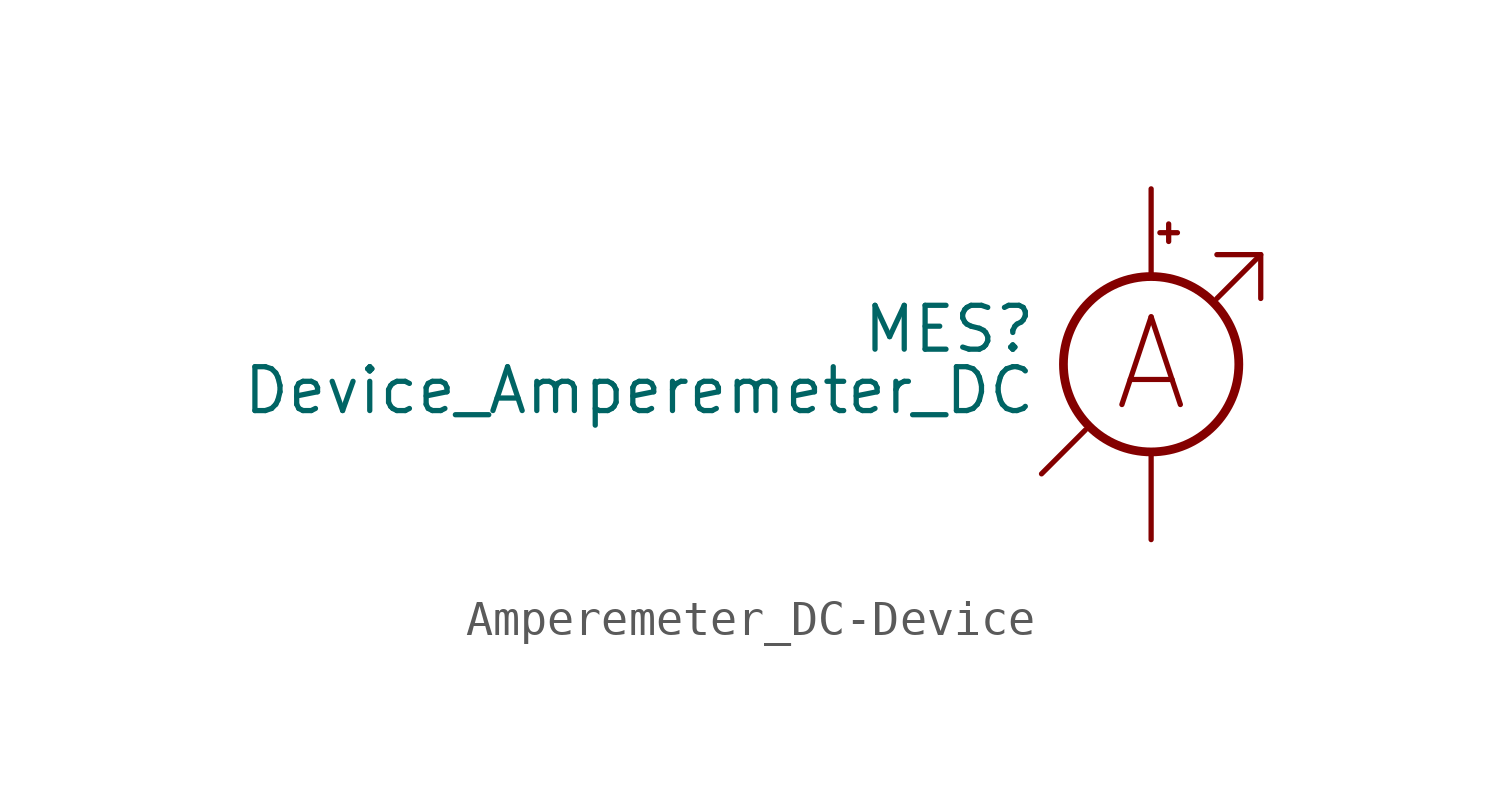
<source format=kicad_sym>
(kicad_symbol_lib
  (version 20220914)
  (generator kicad_symbol_editor)
  (symbol "Amperemeter_DC-Device"
    (pin_numbers hide)
    (pin_names
      (offset 0.025) hide)
    (property "Reference" "MES"
      (at -3.302 1.016 0)
      (effects (font (size 1.27 1.27)) (justify right)))
    (property "Value" "Device_Amperemeter_DC"
      (at -3.302 -0.762 0)
      (effects (font (size 1.27 1.27)) (justify right)))
    (symbol "Amperemeter_DC-Device_0_0"
      (polyline (pts (xy -3.175 -3.175) (xy -1.905 -1.905)) (stroke (width 0) (type solid)) (fill (type none)))
      (polyline (pts (xy 1.905 1.905) (xy 3.175 3.175)) (stroke (width 0) (type solid)) (fill (type none)))
      (polyline (pts (xy 1.905 3.175) (xy 3.175 3.175) (xy 3.175 1.905)) (stroke (width 0) (type solid)) (fill (type none)))
      (text "A" (at 0 0 0) (effects (font (size 2.54 2.54)))))
    (symbol "Amperemeter_DC-Device_0_1"
      (polyline (pts (xy 0.254 3.81) (xy 0.762 3.81)) (stroke (width 0) (type solid)) (fill (type none)))
      (polyline (pts (xy 0.508 4.064) (xy 0.508 3.556)) (stroke (width 0) (type solid)) (fill (type none)))
      (circle (center 0 0) (radius 2.54) (stroke (width 0.254) (type solid)) (fill (type none))))
    (symbol "Amperemeter_DC-Device_1_1"
      (pin passive line (at 0 -5.08 90) (length 2.54) (name "-" (effects (font (size 1.27 1.27)))) (number "1" (effects (font (size 1.27 1.27)))))
      (pin passive line (at 0 5.08 270) (length 2.54) (name "+" (effects (font (size 1.27 1.27)))) (number "2" (effects (font (size 1.27 1.27))))))))
</source>
